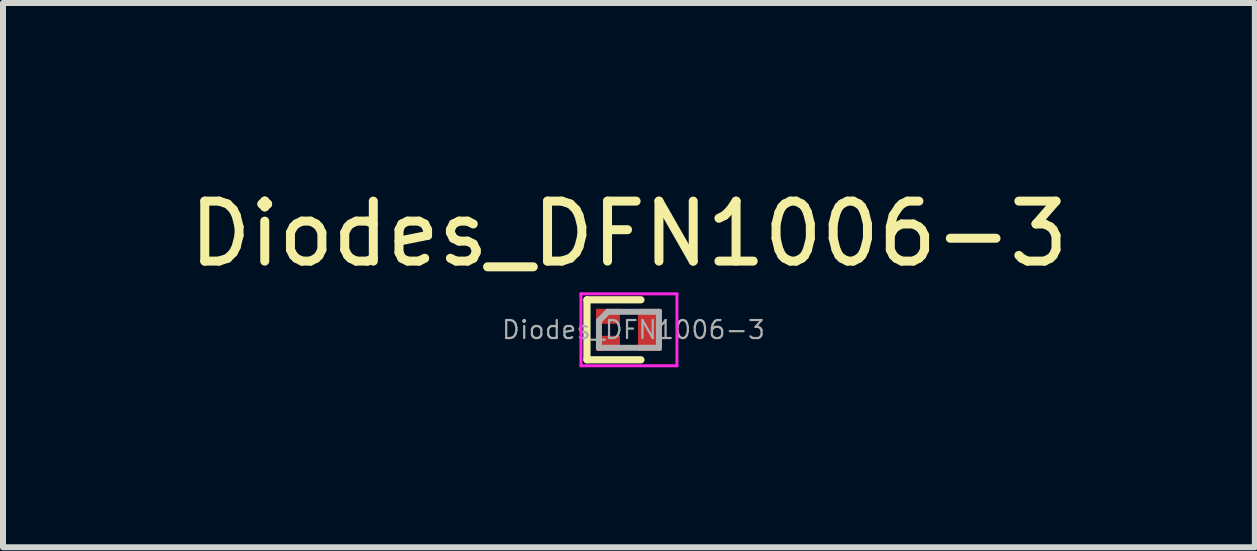
<source format=kicad_pcb>
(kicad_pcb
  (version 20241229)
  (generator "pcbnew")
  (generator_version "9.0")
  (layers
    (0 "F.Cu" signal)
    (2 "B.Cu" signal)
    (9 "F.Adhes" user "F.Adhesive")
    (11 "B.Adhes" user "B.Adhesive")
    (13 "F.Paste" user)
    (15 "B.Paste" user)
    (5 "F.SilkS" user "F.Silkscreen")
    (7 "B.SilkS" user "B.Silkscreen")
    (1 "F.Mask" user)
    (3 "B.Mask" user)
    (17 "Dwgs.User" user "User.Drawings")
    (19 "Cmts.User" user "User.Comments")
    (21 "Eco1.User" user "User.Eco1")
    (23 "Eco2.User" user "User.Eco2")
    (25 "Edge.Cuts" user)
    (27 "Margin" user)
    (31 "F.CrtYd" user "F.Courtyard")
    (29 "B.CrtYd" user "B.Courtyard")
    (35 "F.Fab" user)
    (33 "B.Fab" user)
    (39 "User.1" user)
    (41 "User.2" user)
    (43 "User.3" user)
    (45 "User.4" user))
  (footprint "Diodes_DFN1006-3"
    (layer "F.Cu")
    (at 7.435 2.448)
    (property "Reference" "Diodes_DFN1006-3" (at 0 -1.6 0) (layer "F.SilkS") (effects (font (size 1 1) (thickness 0.15))))
    (attr smd)
    (fp_line (start -0.7 -0.5) (end -0.7 0.5) (stroke (width 0.12) (type default)) (layer "F.SilkS"))
    (fp_line (start -0.7 -0.5) (end 0.2 -0.5) (stroke (width 0.12) (type default)) (layer "F.SilkS"))
    (fp_line (start -0.7 0.5) (end 0.2 0.5) (stroke (width 0.12) (type default)) (layer "F.SilkS"))
    (fp_line (start -0.8 -0.6) (end 0.8 -0.6) (stroke (width 0.05) (type solid)) (layer "F.CrtYd"))
    (fp_line (start -0.8 0.6) (end -0.8 -0.6) (stroke (width 0.05) (type solid)) (layer "F.CrtYd"))
    (fp_line (start 0.8 -0.6) (end 0.8 0.6) (stroke (width 0.05) (type solid)) (layer "F.CrtYd"))
    (fp_line (start 0.8 0.6) (end -0.8 0.6) (stroke (width 0.05) (type solid)) (layer "F.CrtYd"))
    (fp_line (start -0.5 0.3) (end -0.5 -0.15) (stroke (width 0.1) (type solid)) (layer "F.Fab"))
    (fp_line (start -0.35 -0.3) (end -0.5 -0.15) (stroke (width 0.1) (type solid)) (layer "F.Fab"))
    (fp_line (start -0.35 -0.3) (end 0.5 -0.3) (stroke (width 0.1) (type solid)) (layer "F.Fab"))
    (fp_line (start 0.5 -0.3) (end 0.5 0.3) (stroke (width 0.1) (type solid)) (layer "F.Fab"))
    (fp_line (start 0.5 0.3) (end -0.5 0.3) (stroke (width 0.1) (type solid)) (layer "F.Fab"))
    (fp_text user "${REFERENCE}" (at 0.075 0 0) (layer "F.Fab") (effects (font (size 0.3 0.3) (thickness 0.037))))
    (pad "1" smd rect (at -0.35 -0.225 270) (size 0.25 0.4) (layers "F.Cu" "F.Mask" "F.Paste"))
    (pad "2" smd rect (at -0.35 0.225 270) (size 0.25 0.4) (layers "F.Cu" "F.Mask" "F.Paste"))
    (pad "3" smd rect (at 0.35 0 270) (size 0.7 0.4) (layers "F.Cu" "F.Mask" "F.Paste")))
  (gr_rect
    (start -3 -3)
    (end 17.869 6.073)
    (stroke (width 0.1) (type default))
    (fill no)
    (layer "Edge.Cuts")))
</source>
